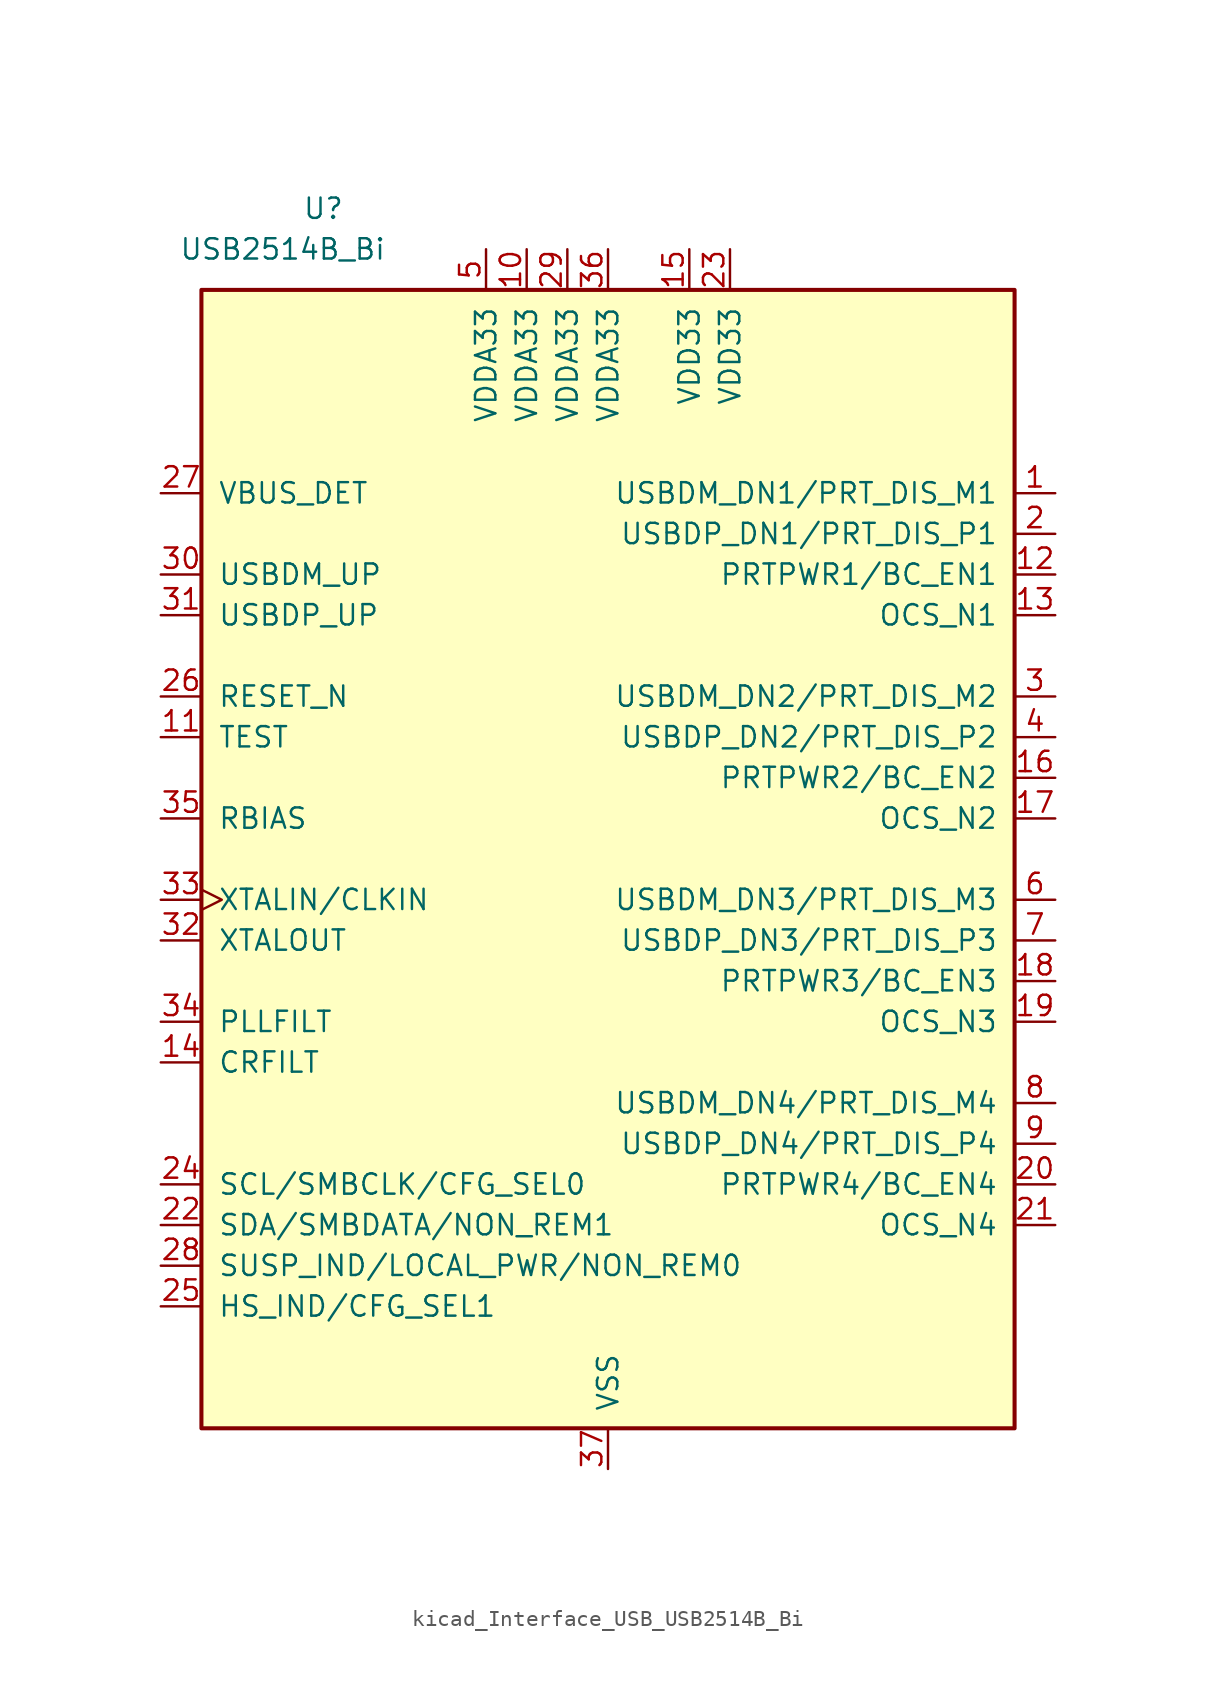
<source format=kicad_sym>
(kicad_symbol_lib
  (version 20220914)
  (generator kicad_symbol_editor)
  (symbol "kicad_Interface_USB_USB2514B_Bi"
    (pin_names
      (offset 1.016))
    (property "Reference" "U"
      (at -17.78 40.64 0)
      (effects (font (size 1.27 1.27))))
    (property "Value" "USB2514B_Bi"
      (at -20.32 38.1 0)
      (effects (font (size 1.27 1.27))))
    (symbol "kicad_Interface_USB_USB2514B_Bi_0_1"
      (rectangle (start -25.4 35.56) (end 25.4 -35.56) (stroke (width 0.254) (type default)) (fill (type background))))
    (symbol "kicad_Interface_USB_USB2514B_Bi_1_1"
      (pin bidirectional line (at 27.94 22.86 180) (length 2.54) (name "USBDM_DN1/PRT_DIS_M1" (effects (font (size 1.27 1.27)))) (number "1" (effects (font (size 1.27 1.27)))))
      (pin power_in line (at -5.08 38.1 270) (length 2.54) (name "VDDA33" (effects (font (size 1.27 1.27)))) (number "10" (effects (font (size 1.27 1.27)))))
      (pin input line (at -27.94 7.62 0) (length 2.54) (name "TEST" (effects (font (size 1.27 1.27)))) (number "11" (effects (font (size 1.27 1.27)))))
      (pin bidirectional line (at 27.94 17.78 180) (length 2.54) (name "PRTPWR1/BC_EN1" (effects (font (size 1.27 1.27)))) (number "12" (effects (font (size 1.27 1.27)))))
      (pin input line (at 27.94 15.24 180) (length 2.54) (name "OCS_N1" (effects (font (size 1.27 1.27)))) (number "13" (effects (font (size 1.27 1.27)))))
      (pin input line (at -27.94 -12.7 0) (length 2.54) (name "CRFILT" (effects (font (size 1.27 1.27)))) (number "14" (effects (font (size 1.27 1.27)))))
      (pin power_in line (at 5.08 38.1 270) (length 2.54) (name "VDD33" (effects (font (size 1.27 1.27)))) (number "15" (effects (font (size 1.27 1.27)))))
      (pin bidirectional line (at 27.94 5.08 180) (length 2.54) (name "PRTPWR2/BC_EN2" (effects (font (size 1.27 1.27)))) (number "16" (effects (font (size 1.27 1.27)))))
      (pin input line (at 27.94 2.54 180) (length 2.54) (name "OCS_N2" (effects (font (size 1.27 1.27)))) (number "17" (effects (font (size 1.27 1.27)))))
      (pin bidirectional line (at 27.94 -7.62 180) (length 2.54) (name "PRTPWR3/BC_EN3" (effects (font (size 1.27 1.27)))) (number "18" (effects (font (size 1.27 1.27)))))
      (pin input line (at 27.94 -10.16 180) (length 2.54) (name "OCS_N3" (effects (font (size 1.27 1.27)))) (number "19" (effects (font (size 1.27 1.27)))))
      (pin bidirectional line (at 27.94 20.32 180) (length 2.54) (name "USBDP_DN1/PRT_DIS_P1" (effects (font (size 1.27 1.27)))) (number "2" (effects (font (size 1.27 1.27)))))
      (pin bidirectional line (at 27.94 -20.32 180) (length 2.54) (name "PRTPWR4/BC_EN4" (effects (font (size 1.27 1.27)))) (number "20" (effects (font (size 1.27 1.27)))))
      (pin input line (at 27.94 -22.86 180) (length 2.54) (name "OCS_N4" (effects (font (size 1.27 1.27)))) (number "21" (effects (font (size 1.27 1.27)))))
      (pin bidirectional line (at -27.94 -22.86 0) (length 2.54) (name "SDA/SMBDATA/NON_REM1" (effects (font (size 1.27 1.27)))) (number "22" (effects (font (size 1.27 1.27)))))
      (pin power_in line (at 7.62 38.1 270) (length 2.54) (name "VDD33" (effects (font (size 1.27 1.27)))) (number "23" (effects (font (size 1.27 1.27)))))
      (pin bidirectional line (at -27.94 -20.32 0) (length 2.54) (name "SCL/SMBCLK/CFG_SEL0" (effects (font (size 1.27 1.27)))) (number "24" (effects (font (size 1.27 1.27)))))
      (pin bidirectional line (at -27.94 -27.94 0) (length 2.54) (name "HS_IND/CFG_SEL1" (effects (font (size 1.27 1.27)))) (number "25" (effects (font (size 1.27 1.27)))))
      (pin input line (at -27.94 10.16 0) (length 2.54) (name "RESET_N" (effects (font (size 1.27 1.27)))) (number "26" (effects (font (size 1.27 1.27)))))
      (pin input line (at -27.94 22.86 0) (length 2.54) (name "VBUS_DET" (effects (font (size 1.27 1.27)))) (number "27" (effects (font (size 1.27 1.27)))))
      (pin bidirectional line (at -27.94 -25.4 0) (length 2.54) (name "SUSP_IND/LOCAL_PWR/NON_REM0" (effects (font (size 1.27 1.27)))) (number "28" (effects (font (size 1.27 1.27)))))
      (pin power_in line (at -2.54 38.1 270) (length 2.54) (name "VDDA33" (effects (font (size 1.27 1.27)))) (number "29" (effects (font (size 1.27 1.27)))))
      (pin bidirectional line (at 27.94 10.16 180) (length 2.54) (name "USBDM_DN2/PRT_DIS_M2" (effects (font (size 1.27 1.27)))) (number "3" (effects (font (size 1.27 1.27)))))
      (pin bidirectional line (at -27.94 17.78 0) (length 2.54) (name "USBDM_UP" (effects (font (size 1.27 1.27)))) (number "30" (effects (font (size 1.27 1.27)))))
      (pin bidirectional line (at -27.94 15.24 0) (length 2.54) (name "USBDP_UP" (effects (font (size 1.27 1.27)))) (number "31" (effects (font (size 1.27 1.27)))))
      (pin output line (at -27.94 -5.08 0) (length 2.54) (name "XTALOUT" (effects (font (size 1.27 1.27)))) (number "32" (effects (font (size 1.27 1.27)))))
      (pin input clock (at -27.94 -2.54 0) (length 2.54) (name "XTALIN/CLKIN" (effects (font (size 1.27 1.27)))) (number "33" (effects (font (size 1.27 1.27)))))
      (pin input line (at -27.94 -10.16 0) (length 2.54) (name "PLLFILT" (effects (font (size 1.27 1.27)))) (number "34" (effects (font (size 1.27 1.27)))))
      (pin input line (at -27.94 2.54 0) (length 2.54) (name "RBIAS" (effects (font (size 1.27 1.27)))) (number "35" (effects (font (size 1.27 1.27)))))
      (pin power_in line (at 0 38.1 270) (length 2.54) (name "VDDA33" (effects (font (size 1.27 1.27)))) (number "36" (effects (font (size 1.27 1.27)))))
      (pin power_in line (at 0 -38.1 90) (length 2.54) (name "VSS" (effects (font (size 1.27 1.27)))) (number "37" (effects (font (size 1.27 1.27)))))
      (pin bidirectional line (at 27.94 7.62 180) (length 2.54) (name "USBDP_DN2/PRT_DIS_P2" (effects (font (size 1.27 1.27)))) (number "4" (effects (font (size 1.27 1.27)))))
      (pin power_in line (at -7.62 38.1 270) (length 2.54) (name "VDDA33" (effects (font (size 1.27 1.27)))) (number "5" (effects (font (size 1.27 1.27)))))
      (pin bidirectional line (at 27.94 -2.54 180) (length 2.54) (name "USBDM_DN3/PRT_DIS_M3" (effects (font (size 1.27 1.27)))) (number "6" (effects (font (size 1.27 1.27)))))
      (pin bidirectional line (at 27.94 -5.08 180) (length 2.54) (name "USBDP_DN3/PRT_DIS_P3" (effects (font (size 1.27 1.27)))) (number "7" (effects (font (size 1.27 1.27)))))
      (pin bidirectional line (at 27.94 -15.24 180) (length 2.54) (name "USBDM_DN4/PRT_DIS_M4" (effects (font (size 1.27 1.27)))) (number "8" (effects (font (size 1.27 1.27)))))
      (pin bidirectional line (at 27.94 -17.78 180) (length 2.54) (name "USBDP_DN4/PRT_DIS_P4" (effects (font (size 1.27 1.27)))) (number "9" (effects (font (size 1.27 1.27))))))))
</source>
